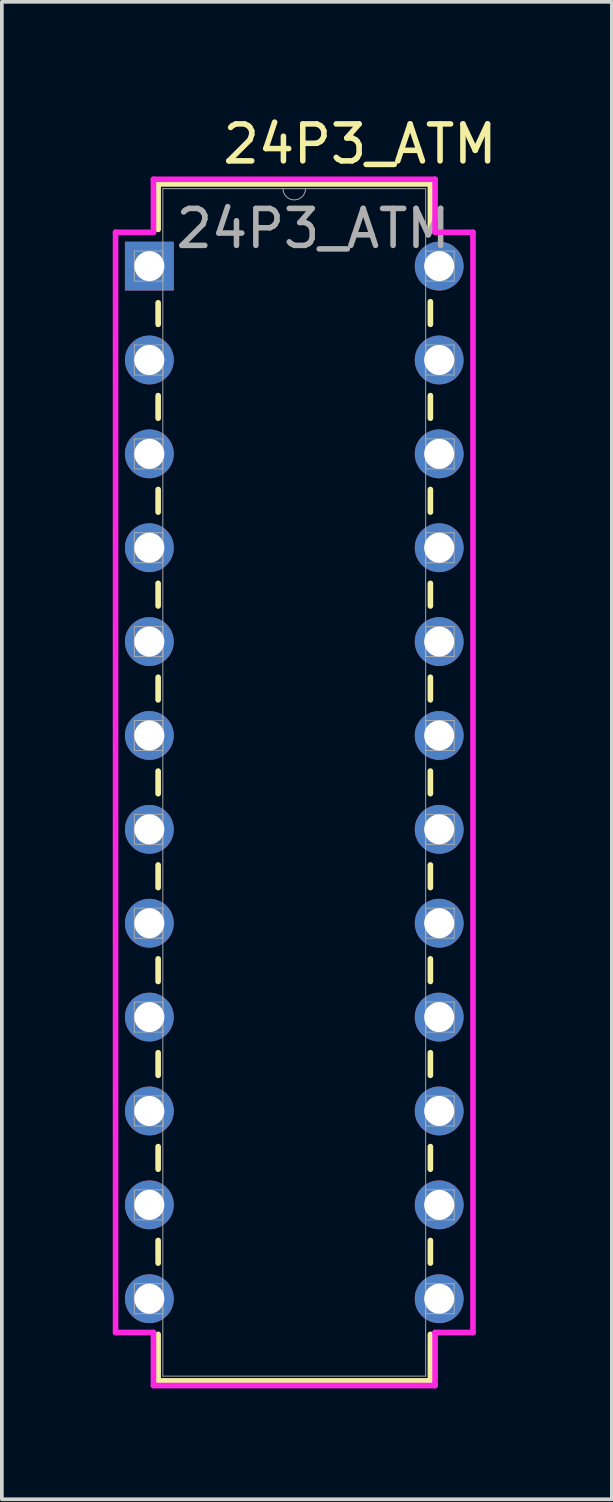
<source format=kicad_pcb>
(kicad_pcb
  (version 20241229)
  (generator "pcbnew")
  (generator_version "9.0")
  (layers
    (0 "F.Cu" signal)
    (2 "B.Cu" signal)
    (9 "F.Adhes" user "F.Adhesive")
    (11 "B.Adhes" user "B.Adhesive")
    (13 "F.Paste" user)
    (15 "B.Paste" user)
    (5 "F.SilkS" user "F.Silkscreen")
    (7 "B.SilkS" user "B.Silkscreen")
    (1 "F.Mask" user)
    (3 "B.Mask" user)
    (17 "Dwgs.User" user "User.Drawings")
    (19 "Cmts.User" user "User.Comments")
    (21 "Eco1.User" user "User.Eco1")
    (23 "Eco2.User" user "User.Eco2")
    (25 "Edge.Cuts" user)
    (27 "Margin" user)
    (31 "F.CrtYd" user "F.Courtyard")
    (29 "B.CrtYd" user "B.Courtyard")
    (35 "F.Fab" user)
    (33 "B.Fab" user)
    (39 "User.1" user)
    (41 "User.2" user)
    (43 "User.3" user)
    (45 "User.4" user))
  (footprint "24P3_ATM"
    (layer "F.Cu")
    (at 0.991 4.15)
    (property "Reference" "24P3_ATM" (at 5.699 -3.302 0) (unlocked yes) (layer "F.SilkS") (effects (font (size 1 1) (thickness 0.15))))
    (attr through_hole)
    (fp_line (start 0.238 -2.223) (end 0.238 -0.993) (stroke (width 0.152) (type solid)) (layer "F.SilkS"))
    (fp_line (start 0.238 0.993) (end 0.238 1.576) (stroke (width 0.152) (type solid)) (layer "F.SilkS"))
    (fp_line (start 0.238 3.504) (end 0.238 4.116) (stroke (width 0.152) (type solid)) (layer "F.SilkS"))
    (fp_line (start 0.238 6.044) (end 0.238 6.656) (stroke (width 0.152) (type solid)) (layer "F.SilkS"))
    (fp_line (start 0.238 8.584) (end 0.238 9.196) (stroke (width 0.152) (type solid)) (layer "F.SilkS"))
    (fp_line (start 0.238 11.124) (end 0.238 11.736) (stroke (width 0.152) (type solid)) (layer "F.SilkS"))
    (fp_line (start 0.238 13.664) (end 0.238 14.276) (stroke (width 0.152) (type solid)) (layer "F.SilkS"))
    (fp_line (start 0.238 16.204) (end 0.238 16.816) (stroke (width 0.152) (type solid)) (layer "F.SilkS"))
    (fp_line (start 0.238 18.744) (end 0.238 19.356) (stroke (width 0.152) (type solid)) (layer "F.SilkS"))
    (fp_line (start 0.238 21.284) (end 0.238 21.896) (stroke (width 0.152) (type solid)) (layer "F.SilkS"))
    (fp_line (start 0.238 23.824) (end 0.238 24.436) (stroke (width 0.152) (type solid)) (layer "F.SilkS"))
    (fp_line (start 0.238 26.364) (end 0.238 26.976) (stroke (width 0.152) (type solid)) (layer "F.SilkS"))
    (fp_line (start 0.238 28.904) (end 0.238 30.163) (stroke (width 0.152) (type solid)) (layer "F.SilkS"))
    (fp_line (start 0.238 30.163) (end 7.604 30.163) (stroke (width 0.152) (type solid)) (layer "F.SilkS"))
    (fp_line (start 7.604 -2.223) (end 0.238 -2.223) (stroke (width 0.152) (type solid)) (layer "F.SilkS"))
    (fp_line (start 7.604 -0.964) (end 7.604 -2.223) (stroke (width 0.152) (type solid)) (layer "F.SilkS"))
    (fp_line (start 7.604 1.576) (end 7.604 0.964) (stroke (width 0.152) (type solid)) (layer "F.SilkS"))
    (fp_line (start 7.604 4.116) (end 7.604 3.504) (stroke (width 0.152) (type solid)) (layer "F.SilkS"))
    (fp_line (start 7.604 6.656) (end 7.604 6.044) (stroke (width 0.152) (type solid)) (layer "F.SilkS"))
    (fp_line (start 7.604 9.196) (end 7.604 8.584) (stroke (width 0.152) (type solid)) (layer "F.SilkS"))
    (fp_line (start 7.604 11.736) (end 7.604 11.124) (stroke (width 0.152) (type solid)) (layer "F.SilkS"))
    (fp_line (start 7.604 14.276) (end 7.604 13.664) (stroke (width 0.152) (type solid)) (layer "F.SilkS"))
    (fp_line (start 7.604 16.816) (end 7.604 16.204) (stroke (width 0.152) (type solid)) (layer "F.SilkS"))
    (fp_line (start 7.604 19.356) (end 7.604 18.744) (stroke (width 0.152) (type solid)) (layer "F.SilkS"))
    (fp_line (start 7.604 21.896) (end 7.604 21.284) (stroke (width 0.152) (type solid)) (layer "F.SilkS"))
    (fp_line (start 7.604 24.436) (end 7.604 23.824) (stroke (width 0.152) (type solid)) (layer "F.SilkS"))
    (fp_line (start 7.604 26.976) (end 7.604 26.364) (stroke (width 0.152) (type solid)) (layer "F.SilkS"))
    (fp_line (start 7.604 30.163) (end 7.604 28.904) (stroke (width 0.152) (type solid)) (layer "F.SilkS"))
    (fp_line (start -0.914 -0.914) (end 0.111 -0.914) (stroke (width 0.152) (type solid)) (layer "F.CrtYd"))
    (fp_line (start -0.914 28.854) (end -0.914 -0.914) (stroke (width 0.152) (type solid)) (layer "F.CrtYd"))
    (fp_line (start 0.111 -2.349) (end 7.731 -2.349) (stroke (width 0.152) (type solid)) (layer "F.CrtYd"))
    (fp_line (start 0.111 -0.914) (end 0.111 -2.349) (stroke (width 0.152) (type solid)) (layer "F.CrtYd"))
    (fp_line (start 0.111 28.854) (end -0.914 28.854) (stroke (width 0.152) (type solid)) (layer "F.CrtYd"))
    (fp_line (start 0.111 30.29) (end 0.111 28.854) (stroke (width 0.152) (type solid)) (layer "F.CrtYd"))
    (fp_line (start 7.731 -2.349) (end 7.731 -0.914) (stroke (width 0.152) (type solid)) (layer "F.CrtYd"))
    (fp_line (start 7.731 28.854) (end 7.731 30.29) (stroke (width 0.152) (type solid)) (layer "F.CrtYd"))
    (fp_line (start 7.731 30.29) (end 0.111 30.29) (stroke (width 0.152) (type solid)) (layer "F.CrtYd"))
    (fp_line (start 8.756 -0.914) (end 7.731 -0.914) (stroke (width 0.152) (type solid)) (layer "F.CrtYd"))
    (fp_line (start 8.756 -0.914) (end 8.756 28.854) (stroke (width 0.152) (type solid)) (layer "F.CrtYd"))
    (fp_line (start 8.756 28.854) (end 7.731 28.854) (stroke (width 0.152) (type solid)) (layer "F.CrtYd"))
    (fp_line (start -0.406 -0.406) (end -0.406 0.406) (stroke (width 0.025) (type solid)) (layer "F.Fab"))
    (fp_line (start -0.406 0.406) (end 0.365 0.406) (stroke (width 0.025) (type solid)) (layer "F.Fab"))
    (fp_line (start -0.406 2.134) (end -0.406 2.946) (stroke (width 0.025) (type solid)) (layer "F.Fab"))
    (fp_line (start -0.406 2.946) (end 0.365 2.946) (stroke (width 0.025) (type solid)) (layer "F.Fab"))
    (fp_line (start -0.406 4.674) (end -0.406 5.486) (stroke (width 0.025) (type solid)) (layer "F.Fab"))
    (fp_line (start -0.406 5.486) (end 0.365 5.486) (stroke (width 0.025) (type solid)) (layer "F.Fab"))
    (fp_line (start -0.406 7.214) (end -0.406 8.026) (stroke (width 0.025) (type solid)) (layer "F.Fab"))
    (fp_line (start -0.406 8.026) (end 0.365 8.026) (stroke (width 0.025) (type solid)) (layer "F.Fab"))
    (fp_line (start -0.406 9.754) (end -0.406 10.566) (stroke (width 0.025) (type solid)) (layer "F.Fab"))
    (fp_line (start -0.406 10.566) (end 0.365 10.566) (stroke (width 0.025) (type solid)) (layer "F.Fab"))
    (fp_line (start -0.406 12.294) (end -0.406 13.106) (stroke (width 0.025) (type solid)) (layer "F.Fab"))
    (fp_line (start -0.406 13.106) (end 0.365 13.106) (stroke (width 0.025) (type solid)) (layer "F.Fab"))
    (fp_line (start -0.406 14.834) (end -0.406 15.646) (stroke (width 0.025) (type solid)) (layer "F.Fab"))
    (fp_line (start -0.406 15.646) (end 0.365 15.646) (stroke (width 0.025) (type solid)) (layer "F.Fab"))
    (fp_line (start -0.406 17.374) (end -0.406 18.186) (stroke (width 0.025) (type solid)) (layer "F.Fab"))
    (fp_line (start -0.406 18.186) (end 0.365 18.186) (stroke (width 0.025) (type solid)) (layer "F.Fab"))
    (fp_line (start -0.406 19.914) (end -0.406 20.726) (stroke (width 0.025) (type solid)) (layer "F.Fab"))
    (fp_line (start -0.406 20.726) (end 0.365 20.726) (stroke (width 0.025) (type solid)) (layer "F.Fab"))
    (fp_line (start -0.406 22.454) (end -0.406 23.266) (stroke (width 0.025) (type solid)) (layer "F.Fab"))
    (fp_line (start -0.406 23.266) (end 0.365 23.266) (stroke (width 0.025) (type solid)) (layer "F.Fab"))
    (fp_line (start -0.406 24.994) (end -0.406 25.806) (stroke (width 0.025) (type solid)) (layer "F.Fab"))
    (fp_line (start -0.406 25.806) (end 0.365 25.806) (stroke (width 0.025) (type solid)) (layer "F.Fab"))
    (fp_line (start -0.406 27.534) (end -0.406 28.346) (stroke (width 0.025) (type solid)) (layer "F.Fab"))
    (fp_line (start -0.406 28.346) (end 0.365 28.346) (stroke (width 0.025) (type solid)) (layer "F.Fab"))
    (fp_line (start 0.365 -2.095) (end 0.365 30.035) (stroke (width 0.025) (type solid)) (layer "F.Fab"))
    (fp_line (start 0.365 -0.406) (end -0.406 -0.406) (stroke (width 0.025) (type solid)) (layer "F.Fab"))
    (fp_line (start 0.365 0.406) (end 0.365 -0.406) (stroke (width 0.025) (type solid)) (layer "F.Fab"))
    (fp_line (start 0.365 2.134) (end -0.406 2.134) (stroke (width 0.025) (type solid)) (layer "F.Fab"))
    (fp_line (start 0.365 2.946) (end 0.365 2.134) (stroke (width 0.025) (type solid)) (layer "F.Fab"))
    (fp_line (start 0.365 4.674) (end -0.406 4.674) (stroke (width 0.025) (type solid)) (layer "F.Fab"))
    (fp_line (start 0.365 5.486) (end 0.365 4.674) (stroke (width 0.025) (type solid)) (layer "F.Fab"))
    (fp_line (start 0.365 7.214) (end -0.406 7.214) (stroke (width 0.025) (type solid)) (layer "F.Fab"))
    (fp_line (start 0.365 8.026) (end 0.365 7.214) (stroke (width 0.025) (type solid)) (layer "F.Fab"))
    (fp_line (start 0.365 9.754) (end -0.406 9.754) (stroke (width 0.025) (type solid)) (layer "F.Fab"))
    (fp_line (start 0.365 10.566) (end 0.365 9.754) (stroke (width 0.025) (type solid)) (layer "F.Fab"))
    (fp_line (start 0.365 12.294) (end -0.406 12.294) (stroke (width 0.025) (type solid)) (layer "F.Fab"))
    (fp_line (start 0.365 13.106) (end 0.365 12.294) (stroke (width 0.025) (type solid)) (layer "F.Fab"))
    (fp_line (start 0.365 14.834) (end -0.406 14.834) (stroke (width 0.025) (type solid)) (layer "F.Fab"))
    (fp_line (start 0.365 15.646) (end 0.365 14.834) (stroke (width 0.025) (type solid)) (layer "F.Fab"))
    (fp_line (start 0.365 17.374) (end -0.406 17.374) (stroke (width 0.025) (type solid)) (layer "F.Fab"))
    (fp_line (start 0.365 18.186) (end 0.365 17.374) (stroke (width 0.025) (type solid)) (layer "F.Fab"))
    (fp_line (start 0.365 19.914) (end -0.406 19.914) (stroke (width 0.025) (type solid)) (layer "F.Fab"))
    (fp_line (start 0.365 20.726) (end 0.365 19.914) (stroke (width 0.025) (type solid)) (layer "F.Fab"))
    (fp_line (start 0.365 22.454) (end -0.406 22.454) (stroke (width 0.025) (type solid)) (layer "F.Fab"))
    (fp_line (start 0.365 23.266) (end 0.365 22.454) (stroke (width 0.025) (type solid)) (layer "F.Fab"))
    (fp_line (start 0.365 24.994) (end -0.406 24.994) (stroke (width 0.025) (type solid)) (layer "F.Fab"))
    (fp_line (start 0.365 25.806) (end 0.365 24.994) (stroke (width 0.025) (type solid)) (layer "F.Fab"))
    (fp_line (start 0.365 27.534) (end -0.406 27.534) (stroke (width 0.025) (type solid)) (layer "F.Fab"))
    (fp_line (start 0.365 28.346) (end 0.365 27.534) (stroke (width 0.025) (type solid)) (layer "F.Fab"))
    (fp_line (start 0.365 30.035) (end 7.477 30.035) (stroke (width 0.025) (type solid)) (layer "F.Fab"))
    (fp_line (start 7.477 -2.095) (end 0.365 -2.095) (stroke (width 0.025) (type solid)) (layer "F.Fab"))
    (fp_line (start 7.477 -0.406) (end 7.477 0.406) (stroke (width 0.025) (type solid)) (layer "F.Fab"))
    (fp_line (start 7.477 0.406) (end 8.248 0.406) (stroke (width 0.025) (type solid)) (layer "F.Fab"))
    (fp_line (start 7.477 2.134) (end 7.477 2.946) (stroke (width 0.025) (type solid)) (layer "F.Fab"))
    (fp_line (start 7.477 2.946) (end 8.248 2.946) (stroke (width 0.025) (type solid)) (layer "F.Fab"))
    (fp_line (start 7.477 4.674) (end 7.477 5.486) (stroke (width 0.025) (type solid)) (layer "F.Fab"))
    (fp_line (start 7.477 5.486) (end 8.248 5.486) (stroke (width 0.025) (type solid)) (layer "F.Fab"))
    (fp_line (start 7.477 7.214) (end 7.477 8.026) (stroke (width 0.025) (type solid)) (layer "F.Fab"))
    (fp_line (start 7.477 8.026) (end 8.248 8.026) (stroke (width 0.025) (type solid)) (layer "F.Fab"))
    (fp_line (start 7.477 9.754) (end 7.477 10.566) (stroke (width 0.025) (type solid)) (layer "F.Fab"))
    (fp_line (start 7.477 10.566) (end 8.248 10.566) (stroke (width 0.025) (type solid)) (layer "F.Fab"))
    (fp_line (start 7.477 12.294) (end 7.477 13.106) (stroke (width 0.025) (type solid)) (layer "F.Fab"))
    (fp_line (start 7.477 13.106) (end 8.248 13.106) (stroke (width 0.025) (type solid)) (layer "F.Fab"))
    (fp_line (start 7.477 14.834) (end 7.477 15.646) (stroke (width 0.025) (type solid)) (layer "F.Fab"))
    (fp_line (start 7.477 15.646) (end 8.248 15.646) (stroke (width 0.025) (type solid)) (layer "F.Fab"))
    (fp_line (start 7.477 17.374) (end 7.477 18.186) (stroke (width 0.025) (type solid)) (layer "F.Fab"))
    (fp_line (start 7.477 18.186) (end 8.248 18.186) (stroke (width 0.025) (type solid)) (layer "F.Fab"))
    (fp_line (start 7.477 19.914) (end 7.477 20.726) (stroke (width 0.025) (type solid)) (layer "F.Fab"))
    (fp_line (start 7.477 20.726) (end 8.248 20.726) (stroke (width 0.025) (type solid)) (layer "F.Fab"))
    (fp_line (start 7.477 22.454) (end 7.477 23.266) (stroke (width 0.025) (type solid)) (layer "F.Fab"))
    (fp_line (start 7.477 23.266) (end 8.248 23.266) (stroke (width 0.025) (type solid)) (layer "F.Fab"))
    (fp_line (start 7.477 24.994) (end 7.477 25.806) (stroke (width 0.025) (type solid)) (layer "F.Fab"))
    (fp_line (start 7.477 25.806) (end 8.248 25.806) (stroke (width 0.025) (type solid)) (layer "F.Fab"))
    (fp_line (start 7.477 27.534) (end 7.477 28.346) (stroke (width 0.025) (type solid)) (layer "F.Fab"))
    (fp_line (start 7.477 28.346) (end 8.248 28.346) (stroke (width 0.025) (type solid)) (layer "F.Fab"))
    (fp_line (start 7.477 30.035) (end 7.477 -2.095) (stroke (width 0.025) (type solid)) (layer "F.Fab"))
    (fp_line (start 8.248 -0.406) (end 7.477 -0.406) (stroke (width 0.025) (type solid)) (layer "F.Fab"))
    (fp_line (start 8.248 0.406) (end 8.248 -0.406) (stroke (width 0.025) (type solid)) (layer "F.Fab"))
    (fp_line (start 8.248 2.134) (end 7.477 2.134) (stroke (width 0.025) (type solid)) (layer "F.Fab"))
    (fp_line (start 8.248 2.946) (end 8.248 2.134) (stroke (width 0.025) (type solid)) (layer "F.Fab"))
    (fp_line (start 8.248 4.674) (end 7.477 4.674) (stroke (width 0.025) (type solid)) (layer "F.Fab"))
    (fp_line (start 8.248 5.486) (end 8.248 4.674) (stroke (width 0.025) (type solid)) (layer "F.Fab"))
    (fp_line (start 8.248 7.214) (end 7.477 7.214) (stroke (width 0.025) (type solid)) (layer "F.Fab"))
    (fp_line (start 8.248 8.026) (end 8.248 7.214) (stroke (width 0.025) (type solid)) (layer "F.Fab"))
    (fp_line (start 8.248 9.754) (end 7.477 9.754) (stroke (width 0.025) (type solid)) (layer "F.Fab"))
    (fp_line (start 8.248 10.566) (end 8.248 9.754) (stroke (width 0.025) (type solid)) (layer "F.Fab"))
    (fp_line (start 8.248 12.294) (end 7.477 12.294) (stroke (width 0.025) (type solid)) (layer "F.Fab"))
    (fp_line (start 8.248 13.106) (end 8.248 12.294) (stroke (width 0.025) (type solid)) (layer "F.Fab"))
    (fp_line (start 8.248 14.834) (end 7.477 14.834) (stroke (width 0.025) (type solid)) (layer "F.Fab"))
    (fp_line (start 8.248 15.646) (end 8.248 14.834) (stroke (width 0.025) (type solid)) (layer "F.Fab"))
    (fp_line (start 8.248 17.374) (end 7.477 17.374) (stroke (width 0.025) (type solid)) (layer "F.Fab"))
    (fp_line (start 8.248 18.186) (end 8.248 17.374) (stroke (width 0.025) (type solid)) (layer "F.Fab"))
    (fp_line (start 8.248 19.914) (end 7.477 19.914) (stroke (width 0.025) (type solid)) (layer "F.Fab"))
    (fp_line (start 8.248 20.726) (end 8.248 19.914) (stroke (width 0.025) (type solid)) (layer "F.Fab"))
    (fp_line (start 8.248 22.454) (end 7.477 22.454) (stroke (width 0.025) (type solid)) (layer "F.Fab"))
    (fp_line (start 8.248 23.266) (end 8.248 22.454) (stroke (width 0.025) (type solid)) (layer "F.Fab"))
    (fp_line (start 8.248 24.994) (end 7.477 24.994) (stroke (width 0.025) (type solid)) (layer "F.Fab"))
    (fp_line (start 8.248 25.806) (end 8.248 24.994) (stroke (width 0.025) (type solid)) (layer "F.Fab"))
    (fp_line (start 8.248 27.534) (end 7.477 27.534) (stroke (width 0.025) (type solid)) (layer "F.Fab"))
    (fp_line (start 8.248 28.346) (end 8.248 27.534) (stroke (width 0.025) (type solid)) (layer "F.Fab"))
    (fp_arc (start 4.225801 -2.0955) (mid 3.921001 -1.7907) (end 3.616201 -2.0955) (stroke (width 0.0254) (type solid)) (layer "F.Fab"))
    (fp_text user "${REFERENCE}" (at 4.429 -1.016 0) (unlocked yes) (layer "F.Fab") (effects (font (size 1 1) (thickness 0.15))))
    (pad "1" thru_hole rect (at 0 0) (size 1.321 1.321) (drill 0.813) (layers "*.Cu" "*.Mask"))
    (pad "2" thru_hole circle (at 0 2.54) (size 1.321 1.321) (drill 0.813) (layers "*.Cu" "*.Mask"))
    (pad "3" thru_hole circle (at 0 5.08) (size 1.321 1.321) (drill 0.813) (layers "*.Cu" "*.Mask"))
    (pad "4" thru_hole circle (at 0 7.62) (size 1.321 1.321) (drill 0.813) (layers "*.Cu" "*.Mask"))
    (pad "5" thru_hole circle (at 0 10.16) (size 1.321 1.321) (drill 0.813) (layers "*.Cu" "*.Mask"))
    (pad "6" thru_hole circle (at 0 12.7) (size 1.321 1.321) (drill 0.813) (layers "*.Cu" "*.Mask"))
    (pad "7" thru_hole circle (at 0 15.24) (size 1.321 1.321) (drill 0.813) (layers "*.Cu" "*.Mask"))
    (pad "8" thru_hole circle (at 0 17.78) (size 1.321 1.321) (drill 0.813) (layers "*.Cu" "*.Mask"))
    (pad "9" thru_hole circle (at 0 20.32) (size 1.321 1.321) (drill 0.813) (layers "*.Cu" "*.Mask"))
    (pad "10" thru_hole circle (at 0 22.86) (size 1.321 1.321) (drill 0.813) (layers "*.Cu" "*.Mask"))
    (pad "11" thru_hole circle (at 0 25.4) (size 1.321 1.321) (drill 0.813) (layers "*.Cu" "*.Mask"))
    (pad "12" thru_hole circle (at 0 27.94) (size 1.321 1.321) (drill 0.813) (layers "*.Cu" "*.Mask"))
    (pad "13" thru_hole circle (at 7.842 27.94) (size 1.321 1.321) (drill 0.813) (layers "*.Cu" "*.Mask"))
    (pad "14" thru_hole circle (at 7.842 25.4) (size 1.321 1.321) (drill 0.813) (layers "*.Cu" "*.Mask"))
    (pad "15" thru_hole circle (at 7.842 22.86) (size 1.321 1.321) (drill 0.813) (layers "*.Cu" "*.Mask"))
    (pad "16" thru_hole circle (at 7.842 20.32) (size 1.321 1.321) (drill 0.813) (layers "*.Cu" "*.Mask"))
    (pad "17" thru_hole circle (at 7.842 17.78) (size 1.321 1.321) (drill 0.813) (layers "*.Cu" "*.Mask"))
    (pad "18" thru_hole circle (at 7.842 15.24) (size 1.321 1.321) (drill 0.813) (layers "*.Cu" "*.Mask"))
    (pad "19" thru_hole circle (at 7.842 12.7) (size 1.321 1.321) (drill 0.813) (layers "*.Cu" "*.Mask"))
    (pad "20" thru_hole circle (at 7.842 10.16) (size 1.321 1.321) (drill 0.813) (layers "*.Cu" "*.Mask"))
    (pad "21" thru_hole circle (at 7.842 7.62) (size 1.321 1.321) (drill 0.813) (layers "*.Cu" "*.Mask"))
    (pad "22" thru_hole circle (at 7.842 5.08) (size 1.321 1.321) (drill 0.813) (layers "*.Cu" "*.Mask"))
    (pad "23" thru_hole circle (at 7.842 2.54) (size 1.321 1.321) (drill 0.813) (layers "*.Cu" "*.Mask"))
    (pad "24" thru_hole circle (at 7.842 0) (size 1.321 1.321) (drill 0.813) (layers "*.Cu" "*.Mask")))
  (gr_rect
    (start -3 -3)
    (end 13.505 37.516)
    (stroke (width 0.1) (type default))
    (fill no)
    (layer "Edge.Cuts")))
</source>
